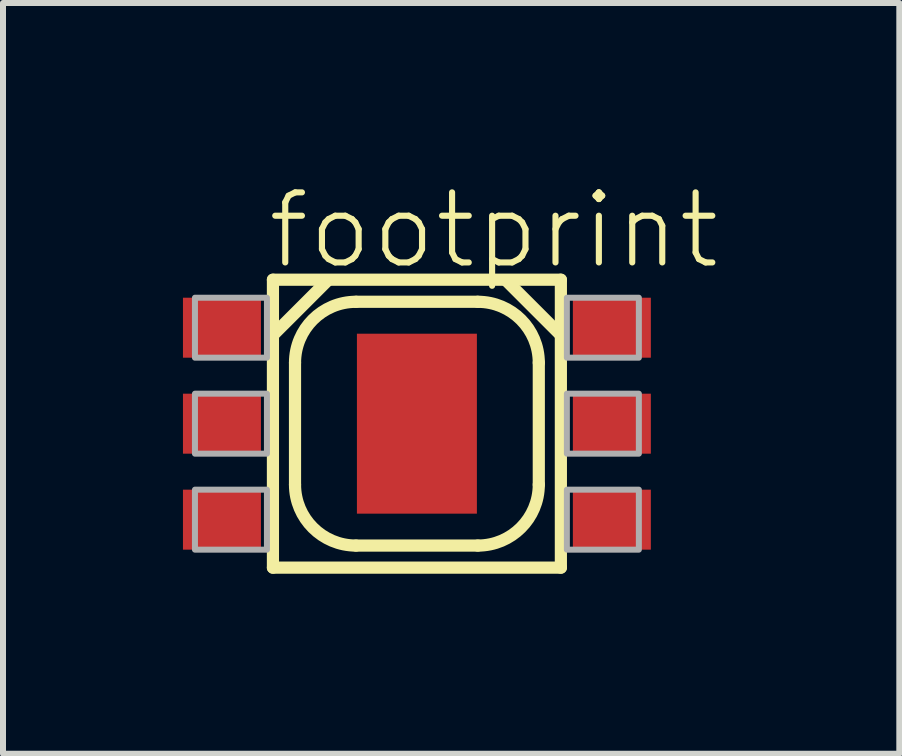
<source format=kicad_pcb>
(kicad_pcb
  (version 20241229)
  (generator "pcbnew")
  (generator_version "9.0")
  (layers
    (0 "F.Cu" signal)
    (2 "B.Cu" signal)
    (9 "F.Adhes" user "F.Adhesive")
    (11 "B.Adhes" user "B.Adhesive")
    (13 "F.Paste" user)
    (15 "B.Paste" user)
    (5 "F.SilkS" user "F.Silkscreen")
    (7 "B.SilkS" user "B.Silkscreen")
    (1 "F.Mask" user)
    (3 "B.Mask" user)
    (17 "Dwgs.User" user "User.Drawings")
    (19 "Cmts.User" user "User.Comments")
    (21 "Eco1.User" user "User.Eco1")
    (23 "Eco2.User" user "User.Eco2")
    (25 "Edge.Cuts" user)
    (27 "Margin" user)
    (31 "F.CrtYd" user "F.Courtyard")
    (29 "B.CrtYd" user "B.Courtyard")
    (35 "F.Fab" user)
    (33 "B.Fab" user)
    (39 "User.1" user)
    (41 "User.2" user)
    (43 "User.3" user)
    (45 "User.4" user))
  (footprint "footprint"
    (layer "F.Cu")
    (at 3.9 4.013)
    (property "Reference" "footprint" (at -2.54 -2.54 0) (layer "F.SilkS") (effects (font (size 1.168 1.168) (thickness 0.102)) (justify left bottom)))
    (fp_line (start -2.4 -2.4) (end 2.4 -2.4) (stroke (width 0.203) (type solid)) (layer "F.SilkS"))
    (fp_line (start -2.4 2.4) (end -2.4 -2.4) (stroke (width 0.203) (type solid)) (layer "F.SilkS"))
    (fp_line (start -2.375 -1.5) (end -1.5 -2.375) (stroke (width 0.203) (type solid)) (layer "F.SilkS"))
    (fp_line (start -2.032 1.016) (end -2.032 -1.016) (stroke (width 0.203) (type solid)) (layer "F.SilkS"))
    (fp_line (start -1.016 -2.032) (end 1.016 -2.032) (stroke (width 0.203) (type solid)) (layer "F.SilkS"))
    (fp_line (start 1.016 2.032) (end -1.016 2.032) (stroke (width 0.203) (type solid)) (layer "F.SilkS"))
    (fp_line (start 1.5 -2.375) (end 2.375 -1.5) (stroke (width 0.203) (type solid)) (layer "F.SilkS"))
    (fp_line (start 2.032 1.016) (end 2.032 -1.016) (stroke (width 0.203) (type solid)) (layer "F.SilkS"))
    (fp_line (start 2.4 -2.4) (end 2.4 2.4) (stroke (width 0.203) (type solid)) (layer "F.SilkS"))
    (fp_line (start 2.4 2.4) (end -2.4 2.4) (stroke (width 0.203) (type solid)) (layer "F.SilkS"))
    (fp_arc (start -2.032 -1.016) (mid -1.734419 -1.734421) (end -1.015998 -2.032) (stroke (width 0.2032) (type solid)) (layer "F.SilkS"))
    (fp_arc (start -1.016 2.032) (mid -1.734421 1.734419) (end -2.032 1.015998) (stroke (width 0.2032) (type solid)) (layer "F.SilkS"))
    (fp_arc (start 1.016 -2.032) (mid 1.734421 -1.734419) (end 2.032 -1.015998) (stroke (width 0.2032) (type solid)) (layer "F.SilkS"))
    (fp_arc (start 2.032 1.016) (mid 1.734419 1.734421) (end 1.015998 2.032) (stroke (width 0.2032) (type solid)) (layer "F.SilkS"))
    (fp_poly (pts (xy -3.7 -1.1) (xy -2.5 -1.1) (xy -2.5 -2.1) (xy -3.7 -2.1)) (stroke (width 0.1) (type solid)) (fill no) (layer "F.Fab"))
    (fp_poly (pts (xy -3.7 0.5) (xy -2.5 0.5) (xy -2.5 -0.5) (xy -3.7 -0.5)) (stroke (width 0.1) (type solid)) (fill no) (layer "F.Fab"))
    (fp_poly (pts (xy -3.7 2.1) (xy -2.5 2.1) (xy -2.5 1.1) (xy -3.7 1.1)) (stroke (width 0.1) (type solid)) (fill no) (layer "F.Fab"))
    (fp_poly (pts (xy 3.7 -2.1) (xy 2.5 -2.1) (xy 2.5 -1.1) (xy 3.7 -1.1)) (stroke (width 0.1) (type solid)) (fill no) (layer "F.Fab"))
    (fp_poly (pts (xy 3.7 -0.5) (xy 2.5 -0.5) (xy 2.5 0.5) (xy 3.7 0.5)) (stroke (width 0.1) (type solid)) (fill no) (layer "F.Fab"))
    (fp_poly (pts (xy 3.7 1.1) (xy 2.5 1.1) (xy 2.5 2.1) (xy 3.7 2.1)) (stroke (width 0.1) (type solid)) (fill no) (layer "F.Fab"))
    (pad "1" smd rect (at -3.25 -1.6) (size 1.3 1) (layers "F.Cu" "F.Mask" "F.Paste"))
    (pad "2" smd rect (at -3.25 0) (size 1.3 1) (layers "F.Cu" "F.Mask" "F.Paste"))
    (pad "3" smd rect (at -3.25 1.6) (size 1.3 1) (layers "F.Cu" "F.Mask" "F.Paste"))
    (pad "4" smd rect (at 3.25 1.6 180) (size 1.3 1) (layers "F.Cu" "F.Mask" "F.Paste"))
    (pad "5" smd rect (at 3.25 0 180) (size 1.3 1) (layers "F.Cu" "F.Mask" "F.Paste"))
    (pad "6" smd rect (at 3.25 -1.6 180) (size 1.3 1) (layers "F.Cu" "F.Mask" "F.Paste"))
    (pad "TH" smd rect (at 0 0) (size 2 3) (layers "F.Cu" "F.Mask" "F.Paste")))
  (gr_rect
    (start -3 -3)
    (end 11.942 9.515)
    (stroke (width 0.1) (type default))
    (fill no)
    (layer "Edge.Cuts")))
</source>
